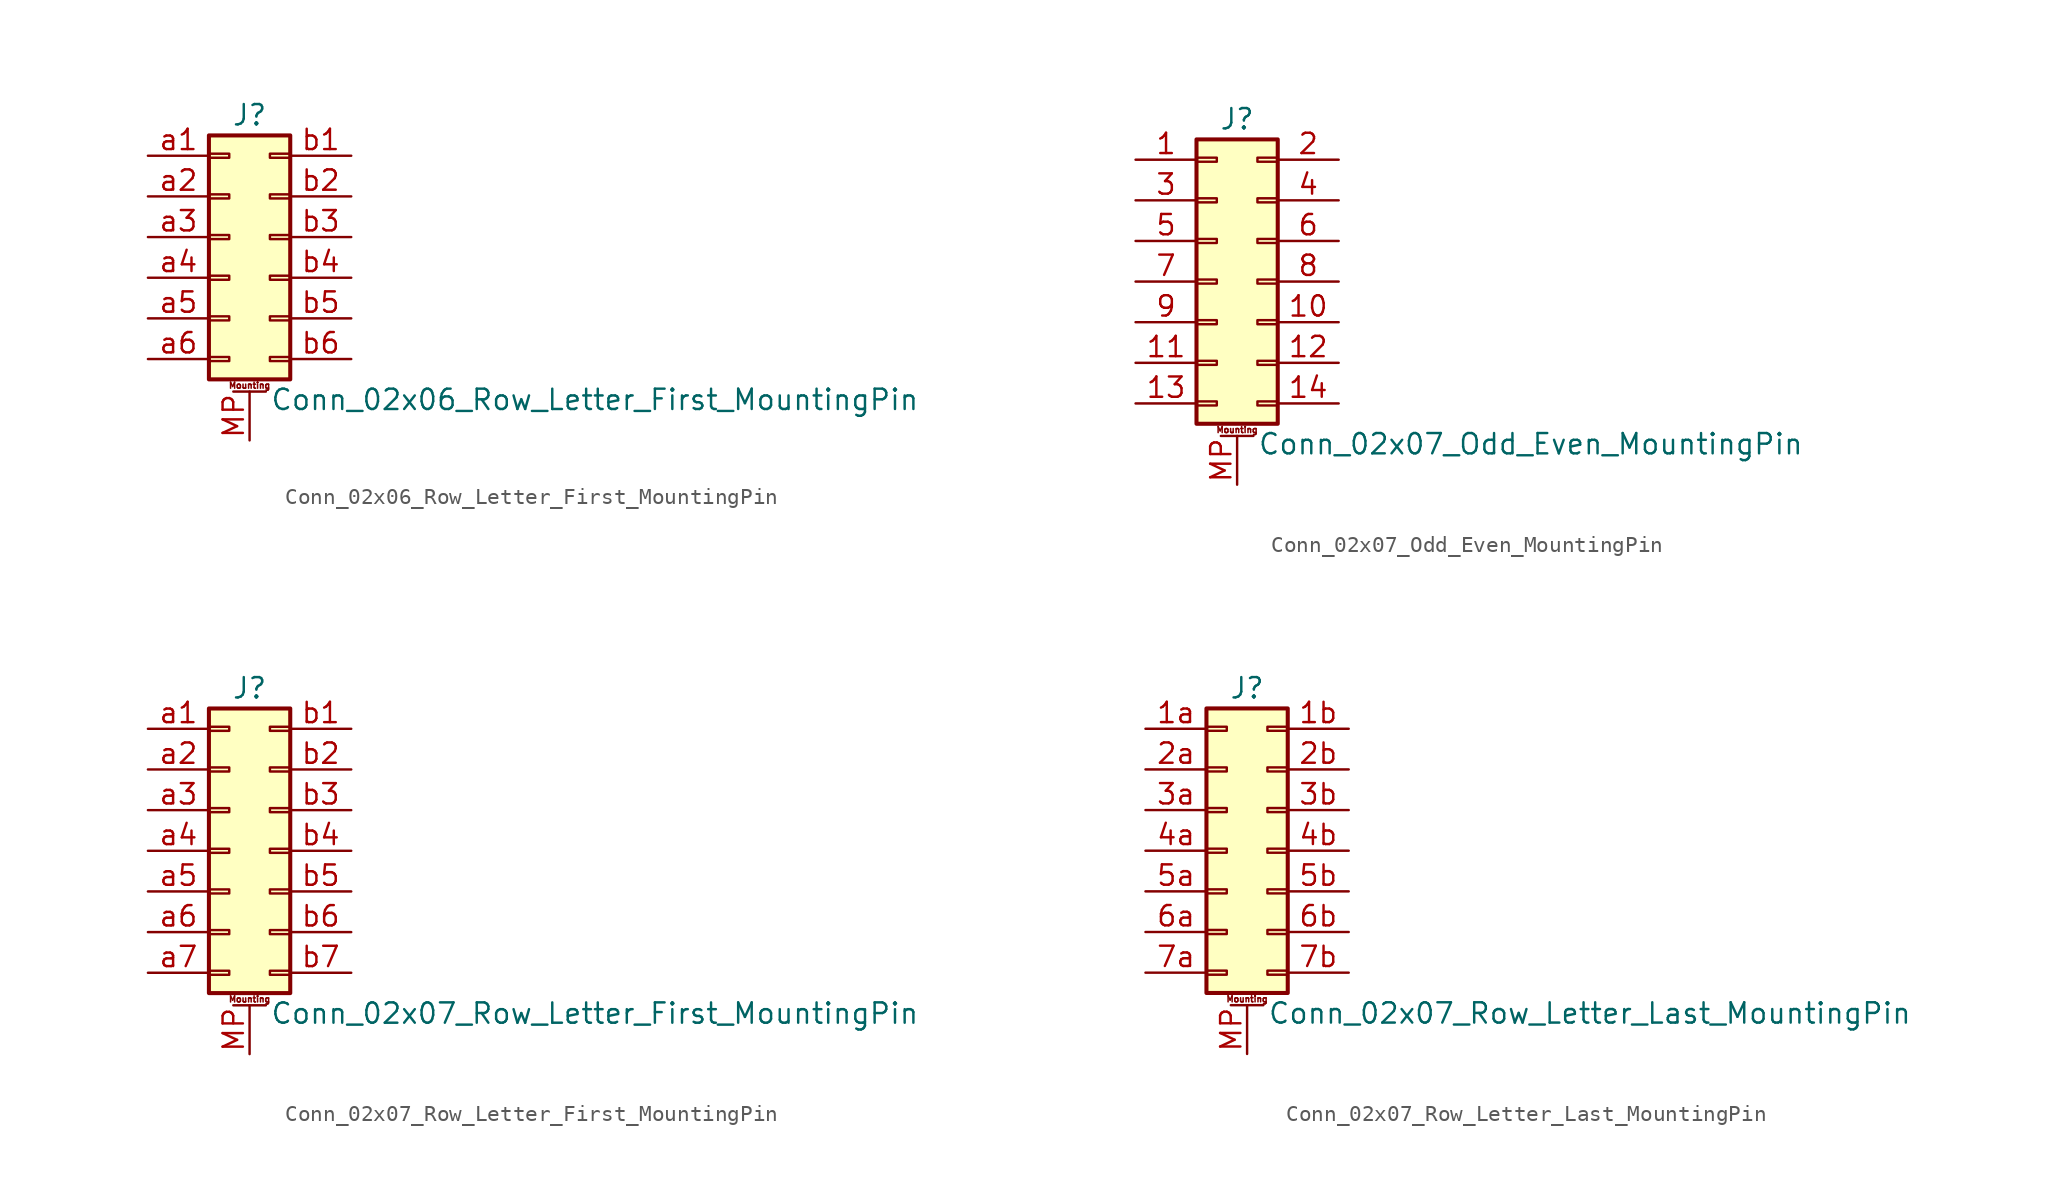
<source format=kicad_sym>
(kicad_symbol_lib
  (version 20220914)
  (generator kicad_symbol_editor)
  (symbol "Conn_02x06_Row_Letter_First_MountingPin"
    (pin_names
      (offset 1.016) hide)
    (property "Reference" "J"
      (at 1.27 7.62 0)
      (effects (font (size 1.27 1.27))))
    (property "Value" "Conn_02x06_Row_Letter_First_MountingPin"
      (at 2.54 -10.16 0)
      (effects (font (size 1.27 1.27)) (justify left)))
    (symbol "Conn_02x06_Row_Letter_First_MountingPin_1_1"
      (rectangle (start -1.27 -7.493) (end 0 -7.747) (stroke (width 0.152) (type default)) (fill (type none)))
      (rectangle (start -1.27 -4.953) (end 0 -5.207) (stroke (width 0.152) (type default)) (fill (type none)))
      (rectangle (start -1.27 -2.413) (end 0 -2.667) (stroke (width 0.152) (type default)) (fill (type none)))
      (rectangle (start -1.27 0.127) (end 0 -0.127) (stroke (width 0.152) (type default)) (fill (type none)))
      (rectangle (start -1.27 2.667) (end 0 2.413) (stroke (width 0.152) (type default)) (fill (type none)))
      (rectangle (start -1.27 5.207) (end 0 4.953) (stroke (width 0.152) (type default)) (fill (type none)))
      (rectangle (start -1.27 6.35) (end 3.81 -8.89) (stroke (width 0.254) (type default)) (fill (type background)))
      (polyline (pts (xy 0.254 -9.652) (xy 2.286 -9.652)) (stroke (width 0.152) (type default)) (fill (type none)))
      (rectangle (start 3.81 -7.493) (end 2.54 -7.747) (stroke (width 0.152) (type default)) (fill (type none)))
      (rectangle (start 3.81 -4.953) (end 2.54 -5.207) (stroke (width 0.152) (type default)) (fill (type none)))
      (rectangle (start 3.81 -2.413) (end 2.54 -2.667) (stroke (width 0.152) (type default)) (fill (type none)))
      (rectangle (start 3.81 0.127) (end 2.54 -0.127) (stroke (width 0.152) (type default)) (fill (type none)))
      (rectangle (start 3.81 2.667) (end 2.54 2.413) (stroke (width 0.152) (type default)) (fill (type none)))
      (rectangle (start 3.81 5.207) (end 2.54 4.953) (stroke (width 0.152) (type default)) (fill (type none)))
      (text "Mounting" (at 1.27 -9.271 0) (effects (font (size 0.381 0.381))))
      (pin passive line (at 1.27 -12.7 90) (length 3.048) (name "MountPin" (effects (font (size 1.27 1.27)))) (number "MP" (effects (font (size 1.27 1.27)))))
      (pin passive line (at -5.08 5.08 0) (length 3.81) (name "Pin_a1" (effects (font (size 1.27 1.27)))) (number "a1" (effects (font (size 1.27 1.27)))))
      (pin passive line (at -5.08 2.54 0) (length 3.81) (name "Pin_a2" (effects (font (size 1.27 1.27)))) (number "a2" (effects (font (size 1.27 1.27)))))
      (pin passive line (at -5.08 0 0) (length 3.81) (name "Pin_a3" (effects (font (size 1.27 1.27)))) (number "a3" (effects (font (size 1.27 1.27)))))
      (pin passive line (at -5.08 -2.54 0) (length 3.81) (name "Pin_a4" (effects (font (size 1.27 1.27)))) (number "a4" (effects (font (size 1.27 1.27)))))
      (pin passive line (at -5.08 -5.08 0) (length 3.81) (name "Pin_a5" (effects (font (size 1.27 1.27)))) (number "a5" (effects (font (size 1.27 1.27)))))
      (pin passive line (at -5.08 -7.62 0) (length 3.81) (name "Pin_a6" (effects (font (size 1.27 1.27)))) (number "a6" (effects (font (size 1.27 1.27)))))
      (pin passive line (at 7.62 5.08 180) (length 3.81) (name "Pin_b1" (effects (font (size 1.27 1.27)))) (number "b1" (effects (font (size 1.27 1.27)))))
      (pin passive line (at 7.62 2.54 180) (length 3.81) (name "Pin_b2" (effects (font (size 1.27 1.27)))) (number "b2" (effects (font (size 1.27 1.27)))))
      (pin passive line (at 7.62 0 180) (length 3.81) (name "Pin_b3" (effects (font (size 1.27 1.27)))) (number "b3" (effects (font (size 1.27 1.27)))))
      (pin passive line (at 7.62 -2.54 180) (length 3.81) (name "Pin_b4" (effects (font (size 1.27 1.27)))) (number "b4" (effects (font (size 1.27 1.27)))))
      (pin passive line (at 7.62 -5.08 180) (length 3.81) (name "Pin_b5" (effects (font (size 1.27 1.27)))) (number "b5" (effects (font (size 1.27 1.27)))))
      (pin passive line (at 7.62 -7.62 180) (length 3.81) (name "Pin_b6" (effects (font (size 1.27 1.27)))) (number "b6" (effects (font (size 1.27 1.27)))))))
  (symbol "Conn_02x07_Odd_Even_MountingPin"
    (pin_names
      (offset 1.016) hide)
    (property "Reference" "J"
      (at 1.27 10.16 0)
      (effects (font (size 1.27 1.27))))
    (property "Value" "Conn_02x07_Odd_Even_MountingPin"
      (at 2.54 -10.16 0)
      (effects (font (size 1.27 1.27)) (justify left)))
    (symbol "Conn_02x07_Odd_Even_MountingPin_1_1"
      (rectangle (start -1.27 -7.493) (end 0 -7.747) (stroke (width 0.152) (type default)) (fill (type none)))
      (rectangle (start -1.27 -4.953) (end 0 -5.207) (stroke (width 0.152) (type default)) (fill (type none)))
      (rectangle (start -1.27 -2.413) (end 0 -2.667) (stroke (width 0.152) (type default)) (fill (type none)))
      (rectangle (start -1.27 0.127) (end 0 -0.127) (stroke (width 0.152) (type default)) (fill (type none)))
      (rectangle (start -1.27 2.667) (end 0 2.413) (stroke (width 0.152) (type default)) (fill (type none)))
      (rectangle (start -1.27 5.207) (end 0 4.953) (stroke (width 0.152) (type default)) (fill (type none)))
      (rectangle (start -1.27 7.747) (end 0 7.493) (stroke (width 0.152) (type default)) (fill (type none)))
      (rectangle (start -1.27 8.89) (end 3.81 -8.89) (stroke (width 0.254) (type default)) (fill (type background)))
      (polyline (pts (xy 0.254 -9.652) (xy 2.286 -9.652)) (stroke (width 0.152) (type default)) (fill (type none)))
      (rectangle (start 3.81 -7.493) (end 2.54 -7.747) (stroke (width 0.152) (type default)) (fill (type none)))
      (rectangle (start 3.81 -4.953) (end 2.54 -5.207) (stroke (width 0.152) (type default)) (fill (type none)))
      (rectangle (start 3.81 -2.413) (end 2.54 -2.667) (stroke (width 0.152) (type default)) (fill (type none)))
      (rectangle (start 3.81 0.127) (end 2.54 -0.127) (stroke (width 0.152) (type default)) (fill (type none)))
      (rectangle (start 3.81 2.667) (end 2.54 2.413) (stroke (width 0.152) (type default)) (fill (type none)))
      (rectangle (start 3.81 5.207) (end 2.54 4.953) (stroke (width 0.152) (type default)) (fill (type none)))
      (rectangle (start 3.81 7.747) (end 2.54 7.493) (stroke (width 0.152) (type default)) (fill (type none)))
      (text "Mounting" (at 1.27 -9.271 0) (effects (font (size 0.381 0.381))))
      (pin passive line (at -5.08 7.62 0) (length 3.81) (name "Pin_1" (effects (font (size 1.27 1.27)))) (number "1" (effects (font (size 1.27 1.27)))))
      (pin passive line (at 7.62 -2.54 180) (length 3.81) (name "Pin_10" (effects (font (size 1.27 1.27)))) (number "10" (effects (font (size 1.27 1.27)))))
      (pin passive line (at -5.08 -5.08 0) (length 3.81) (name "Pin_11" (effects (font (size 1.27 1.27)))) (number "11" (effects (font (size 1.27 1.27)))))
      (pin passive line (at 7.62 -5.08 180) (length 3.81) (name "Pin_12" (effects (font (size 1.27 1.27)))) (number "12" (effects (font (size 1.27 1.27)))))
      (pin passive line (at -5.08 -7.62 0) (length 3.81) (name "Pin_13" (effects (font (size 1.27 1.27)))) (number "13" (effects (font (size 1.27 1.27)))))
      (pin passive line (at 7.62 -7.62 180) (length 3.81) (name "Pin_14" (effects (font (size 1.27 1.27)))) (number "14" (effects (font (size 1.27 1.27)))))
      (pin passive line (at 7.62 7.62 180) (length 3.81) (name "Pin_2" (effects (font (size 1.27 1.27)))) (number "2" (effects (font (size 1.27 1.27)))))
      (pin passive line (at -5.08 5.08 0) (length 3.81) (name "Pin_3" (effects (font (size 1.27 1.27)))) (number "3" (effects (font (size 1.27 1.27)))))
      (pin passive line (at 7.62 5.08 180) (length 3.81) (name "Pin_4" (effects (font (size 1.27 1.27)))) (number "4" (effects (font (size 1.27 1.27)))))
      (pin passive line (at -5.08 2.54 0) (length 3.81) (name "Pin_5" (effects (font (size 1.27 1.27)))) (number "5" (effects (font (size 1.27 1.27)))))
      (pin passive line (at 7.62 2.54 180) (length 3.81) (name "Pin_6" (effects (font (size 1.27 1.27)))) (number "6" (effects (font (size 1.27 1.27)))))
      (pin passive line (at -5.08 0 0) (length 3.81) (name "Pin_7" (effects (font (size 1.27 1.27)))) (number "7" (effects (font (size 1.27 1.27)))))
      (pin passive line (at 7.62 0 180) (length 3.81) (name "Pin_8" (effects (font (size 1.27 1.27)))) (number "8" (effects (font (size 1.27 1.27)))))
      (pin passive line (at -5.08 -2.54 0) (length 3.81) (name "Pin_9" (effects (font (size 1.27 1.27)))) (number "9" (effects (font (size 1.27 1.27)))))
      (pin passive line (at 1.27 -12.7 90) (length 3.048) (name "MountPin" (effects (font (size 1.27 1.27)))) (number "MP" (effects (font (size 1.27 1.27)))))))
  (symbol "Conn_02x07_Row_Letter_First_MountingPin"
    (pin_names
      (offset 1.016) hide)
    (property "Reference" "J"
      (at 1.27 10.16 0)
      (effects (font (size 1.27 1.27))))
    (property "Value" "Conn_02x07_Row_Letter_First_MountingPin"
      (at 2.54 -10.16 0)
      (effects (font (size 1.27 1.27)) (justify left)))
    (symbol "Conn_02x07_Row_Letter_First_MountingPin_1_1"
      (rectangle (start -1.27 -7.493) (end 0 -7.747) (stroke (width 0.152) (type default)) (fill (type none)))
      (rectangle (start -1.27 -4.953) (end 0 -5.207) (stroke (width 0.152) (type default)) (fill (type none)))
      (rectangle (start -1.27 -2.413) (end 0 -2.667) (stroke (width 0.152) (type default)) (fill (type none)))
      (rectangle (start -1.27 0.127) (end 0 -0.127) (stroke (width 0.152) (type default)) (fill (type none)))
      (rectangle (start -1.27 2.667) (end 0 2.413) (stroke (width 0.152) (type default)) (fill (type none)))
      (rectangle (start -1.27 5.207) (end 0 4.953) (stroke (width 0.152) (type default)) (fill (type none)))
      (rectangle (start -1.27 7.747) (end 0 7.493) (stroke (width 0.152) (type default)) (fill (type none)))
      (rectangle (start -1.27 8.89) (end 3.81 -8.89) (stroke (width 0.254) (type default)) (fill (type background)))
      (polyline (pts (xy 0.254 -9.652) (xy 2.286 -9.652)) (stroke (width 0.152) (type default)) (fill (type none)))
      (rectangle (start 3.81 -7.493) (end 2.54 -7.747) (stroke (width 0.152) (type default)) (fill (type none)))
      (rectangle (start 3.81 -4.953) (end 2.54 -5.207) (stroke (width 0.152) (type default)) (fill (type none)))
      (rectangle (start 3.81 -2.413) (end 2.54 -2.667) (stroke (width 0.152) (type default)) (fill (type none)))
      (rectangle (start 3.81 0.127) (end 2.54 -0.127) (stroke (width 0.152) (type default)) (fill (type none)))
      (rectangle (start 3.81 2.667) (end 2.54 2.413) (stroke (width 0.152) (type default)) (fill (type none)))
      (rectangle (start 3.81 5.207) (end 2.54 4.953) (stroke (width 0.152) (type default)) (fill (type none)))
      (rectangle (start 3.81 7.747) (end 2.54 7.493) (stroke (width 0.152) (type default)) (fill (type none)))
      (text "Mounting" (at 1.27 -9.271 0) (effects (font (size 0.381 0.381))))
      (pin passive line (at 1.27 -12.7 90) (length 3.048) (name "MountPin" (effects (font (size 1.27 1.27)))) (number "MP" (effects (font (size 1.27 1.27)))))
      (pin passive line (at -5.08 7.62 0) (length 3.81) (name "Pin_a1" (effects (font (size 1.27 1.27)))) (number "a1" (effects (font (size 1.27 1.27)))))
      (pin passive line (at -5.08 5.08 0) (length 3.81) (name "Pin_a2" (effects (font (size 1.27 1.27)))) (number "a2" (effects (font (size 1.27 1.27)))))
      (pin passive line (at -5.08 2.54 0) (length 3.81) (name "Pin_a3" (effects (font (size 1.27 1.27)))) (number "a3" (effects (font (size 1.27 1.27)))))
      (pin passive line (at -5.08 0 0) (length 3.81) (name "Pin_a4" (effects (font (size 1.27 1.27)))) (number "a4" (effects (font (size 1.27 1.27)))))
      (pin passive line (at -5.08 -2.54 0) (length 3.81) (name "Pin_a5" (effects (font (size 1.27 1.27)))) (number "a5" (effects (font (size 1.27 1.27)))))
      (pin passive line (at -5.08 -5.08 0) (length 3.81) (name "Pin_a6" (effects (font (size 1.27 1.27)))) (number "a6" (effects (font (size 1.27 1.27)))))
      (pin passive line (at -5.08 -7.62 0) (length 3.81) (name "Pin_a7" (effects (font (size 1.27 1.27)))) (number "a7" (effects (font (size 1.27 1.27)))))
      (pin passive line (at 7.62 7.62 180) (length 3.81) (name "Pin_b1" (effects (font (size 1.27 1.27)))) (number "b1" (effects (font (size 1.27 1.27)))))
      (pin passive line (at 7.62 5.08 180) (length 3.81) (name "Pin_b2" (effects (font (size 1.27 1.27)))) (number "b2" (effects (font (size 1.27 1.27)))))
      (pin passive line (at 7.62 2.54 180) (length 3.81) (name "Pin_b3" (effects (font (size 1.27 1.27)))) (number "b3" (effects (font (size 1.27 1.27)))))
      (pin passive line (at 7.62 0 180) (length 3.81) (name "Pin_b4" (effects (font (size 1.27 1.27)))) (number "b4" (effects (font (size 1.27 1.27)))))
      (pin passive line (at 7.62 -2.54 180) (length 3.81) (name "Pin_b5" (effects (font (size 1.27 1.27)))) (number "b5" (effects (font (size 1.27 1.27)))))
      (pin passive line (at 7.62 -5.08 180) (length 3.81) (name "Pin_b6" (effects (font (size 1.27 1.27)))) (number "b6" (effects (font (size 1.27 1.27)))))
      (pin passive line (at 7.62 -7.62 180) (length 3.81) (name "Pin_b7" (effects (font (size 1.27 1.27)))) (number "b7" (effects (font (size 1.27 1.27)))))))
  (symbol "Conn_02x07_Row_Letter_Last_MountingPin"
    (pin_names
      (offset 1.016) hide)
    (property "Reference" "J"
      (at 1.27 10.16 0)
      (effects (font (size 1.27 1.27))))
    (property "Value" "Conn_02x07_Row_Letter_Last_MountingPin"
      (at 2.54 -10.16 0)
      (effects (font (size 1.27 1.27)) (justify left)))
    (symbol "Conn_02x07_Row_Letter_Last_MountingPin_1_1"
      (rectangle (start -1.27 -7.493) (end 0 -7.747) (stroke (width 0.152) (type default)) (fill (type none)))
      (rectangle (start -1.27 -4.953) (end 0 -5.207) (stroke (width 0.152) (type default)) (fill (type none)))
      (rectangle (start -1.27 -2.413) (end 0 -2.667) (stroke (width 0.152) (type default)) (fill (type none)))
      (rectangle (start -1.27 0.127) (end 0 -0.127) (stroke (width 0.152) (type default)) (fill (type none)))
      (rectangle (start -1.27 2.667) (end 0 2.413) (stroke (width 0.152) (type default)) (fill (type none)))
      (rectangle (start -1.27 5.207) (end 0 4.953) (stroke (width 0.152) (type default)) (fill (type none)))
      (rectangle (start -1.27 7.747) (end 0 7.493) (stroke (width 0.152) (type default)) (fill (type none)))
      (rectangle (start -1.27 8.89) (end 3.81 -8.89) (stroke (width 0.254) (type default)) (fill (type background)))
      (polyline (pts (xy 0.254 -9.652) (xy 2.286 -9.652)) (stroke (width 0.152) (type default)) (fill (type none)))
      (rectangle (start 3.81 -7.493) (end 2.54 -7.747) (stroke (width 0.152) (type default)) (fill (type none)))
      (rectangle (start 3.81 -4.953) (end 2.54 -5.207) (stroke (width 0.152) (type default)) (fill (type none)))
      (rectangle (start 3.81 -2.413) (end 2.54 -2.667) (stroke (width 0.152) (type default)) (fill (type none)))
      (rectangle (start 3.81 0.127) (end 2.54 -0.127) (stroke (width 0.152) (type default)) (fill (type none)))
      (rectangle (start 3.81 2.667) (end 2.54 2.413) (stroke (width 0.152) (type default)) (fill (type none)))
      (rectangle (start 3.81 5.207) (end 2.54 4.953) (stroke (width 0.152) (type default)) (fill (type none)))
      (rectangle (start 3.81 7.747) (end 2.54 7.493) (stroke (width 0.152) (type default)) (fill (type none)))
      (text "Mounting" (at 1.27 -9.271 0) (effects (font (size 0.381 0.381))))
      (pin passive line (at -5.08 7.62 0) (length 3.81) (name "Pin_1a" (effects (font (size 1.27 1.27)))) (number "1a" (effects (font (size 1.27 1.27)))))
      (pin passive line (at 7.62 7.62 180) (length 3.81) (name "Pin_1b" (effects (font (size 1.27 1.27)))) (number "1b" (effects (font (size 1.27 1.27)))))
      (pin passive line (at -5.08 5.08 0) (length 3.81) (name "Pin_2a" (effects (font (size 1.27 1.27)))) (number "2a" (effects (font (size 1.27 1.27)))))
      (pin passive line (at 7.62 5.08 180) (length 3.81) (name "Pin_2b" (effects (font (size 1.27 1.27)))) (number "2b" (effects (font (size 1.27 1.27)))))
      (pin passive line (at -5.08 2.54 0) (length 3.81) (name "Pin_3a" (effects (font (size 1.27 1.27)))) (number "3a" (effects (font (size 1.27 1.27)))))
      (pin passive line (at 7.62 2.54 180) (length 3.81) (name "Pin_3b" (effects (font (size 1.27 1.27)))) (number "3b" (effects (font (size 1.27 1.27)))))
      (pin passive line (at -5.08 0 0) (length 3.81) (name "Pin_4a" (effects (font (size 1.27 1.27)))) (number "4a" (effects (font (size 1.27 1.27)))))
      (pin passive line (at 7.62 0 180) (length 3.81) (name "Pin_4b" (effects (font (size 1.27 1.27)))) (number "4b" (effects (font (size 1.27 1.27)))))
      (pin passive line (at -5.08 -2.54 0) (length 3.81) (name "Pin_5a" (effects (font (size 1.27 1.27)))) (number "5a" (effects (font (size 1.27 1.27)))))
      (pin passive line (at 7.62 -2.54 180) (length 3.81) (name "Pin_5b" (effects (font (size 1.27 1.27)))) (number "5b" (effects (font (size 1.27 1.27)))))
      (pin passive line (at -5.08 -5.08 0) (length 3.81) (name "Pin_6a" (effects (font (size 1.27 1.27)))) (number "6a" (effects (font (size 1.27 1.27)))))
      (pin passive line (at 7.62 -5.08 180) (length 3.81) (name "Pin_6b" (effects (font (size 1.27 1.27)))) (number "6b" (effects (font (size 1.27 1.27)))))
      (pin passive line (at -5.08 -7.62 0) (length 3.81) (name "Pin_7a" (effects (font (size 1.27 1.27)))) (number "7a" (effects (font (size 1.27 1.27)))))
      (pin passive line (at 7.62 -7.62 180) (length 3.81) (name "Pin_7b" (effects (font (size 1.27 1.27)))) (number "7b" (effects (font (size 1.27 1.27)))))
      (pin passive line (at 1.27 -12.7 90) (length 3.048) (name "MountPin" (effects (font (size 1.27 1.27)))) (number "MP" (effects (font (size 1.27 1.27))))))))
</source>
